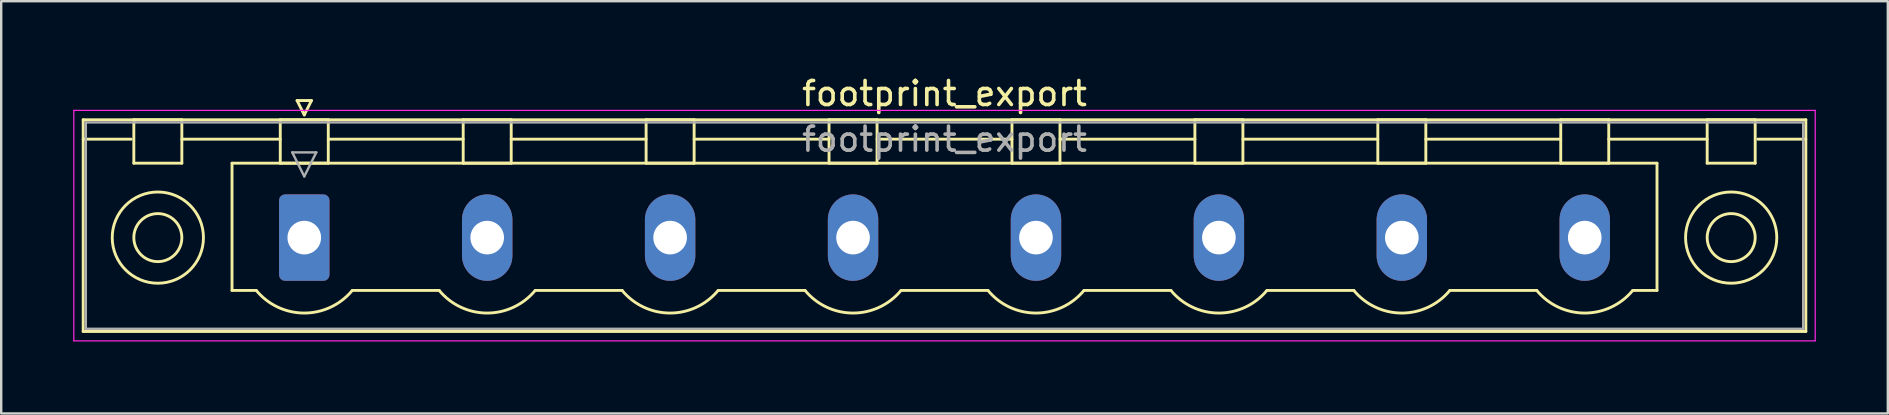
<source format=kicad_pcb>
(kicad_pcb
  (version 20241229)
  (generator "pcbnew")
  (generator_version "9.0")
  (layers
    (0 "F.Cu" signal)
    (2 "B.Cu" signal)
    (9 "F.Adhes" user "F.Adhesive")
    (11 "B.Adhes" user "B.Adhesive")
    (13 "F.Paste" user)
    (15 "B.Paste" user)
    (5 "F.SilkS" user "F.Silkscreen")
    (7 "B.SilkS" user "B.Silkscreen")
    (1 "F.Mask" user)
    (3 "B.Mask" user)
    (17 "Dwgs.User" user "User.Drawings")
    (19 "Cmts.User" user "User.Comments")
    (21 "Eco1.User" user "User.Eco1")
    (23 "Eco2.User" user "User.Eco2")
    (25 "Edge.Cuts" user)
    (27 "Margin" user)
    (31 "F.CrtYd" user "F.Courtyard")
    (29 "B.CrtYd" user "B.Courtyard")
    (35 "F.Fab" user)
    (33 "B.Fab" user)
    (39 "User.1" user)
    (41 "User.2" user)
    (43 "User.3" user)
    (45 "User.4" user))
  (footprint "footprint_export"
    (layer "F.Cu")
    (at 9.625 6.848)
    (property "Reference" "footprint_export" (at 26.67 -6 0) (layer "F.SilkS") (effects (font (size 1 1) (thickness 0.15))))
    (attr through_hole)
    (fp_line (start -9.21 -4.91) (end -9.21 3.91) (stroke (width 0.12) (type solid)) (layer "F.SilkS"))
    (fp_line (start -9.21 -4.1) (end -7.21 -4.1) (stroke (width 0.12) (type solid)) (layer "F.SilkS"))
    (fp_line (start -9.21 3.91) (end 62.55 3.91) (stroke (width 0.12) (type solid)) (layer "F.SilkS"))
    (fp_line (start -7.1 -4.91) (end -5.1 -4.91) (stroke (width 0.12) (type solid)) (layer "F.SilkS"))
    (fp_line (start -7.1 -3.1) (end -7.1 -4.91) (stroke (width 0.12) (type solid)) (layer "F.SilkS"))
    (fp_line (start -5.1 -4.91) (end -5.1 -3.1) (stroke (width 0.12) (type solid)) (layer "F.SilkS"))
    (fp_line (start -5.1 -4.1) (end -1 -4.1) (stroke (width 0.12) (type solid)) (layer "F.SilkS"))
    (fp_line (start -5.1 -3.1) (end -7.1 -3.1) (stroke (width 0.12) (type solid)) (layer "F.SilkS"))
    (fp_line (start -3.01 -3.1) (end 56.35 -3.1) (stroke (width 0.12) (type solid)) (layer "F.SilkS"))
    (fp_line (start -3.01 2.2) (end -3.01 -3.1) (stroke (width 0.12) (type solid)) (layer "F.SilkS"))
    (fp_line (start -2 2.2) (end -3.01 2.2) (stroke (width 0.12) (type solid)) (layer "F.SilkS"))
    (fp_line (start -1 -4.91) (end 1 -4.91) (stroke (width 0.12) (type solid)) (layer "F.SilkS"))
    (fp_line (start -1 -3.1) (end -1 -4.91) (stroke (width 0.12) (type solid)) (layer "F.SilkS"))
    (fp_line (start -0.3 -5.71) (end 0.3 -5.71) (stroke (width 0.12) (type solid)) (layer "F.SilkS"))
    (fp_line (start 0 -5.11) (end -0.3 -5.71) (stroke (width 0.12) (type solid)) (layer "F.SilkS"))
    (fp_line (start 0.3 -5.71) (end 0 -5.11) (stroke (width 0.12) (type solid)) (layer "F.SilkS"))
    (fp_line (start 1 -4.91) (end 1 -3.1) (stroke (width 0.12) (type solid)) (layer "F.SilkS"))
    (fp_line (start 1 -4.1) (end 6.62 -4.1) (stroke (width 0.12) (type solid)) (layer "F.SilkS"))
    (fp_line (start 1 -3.1) (end -1 -3.1) (stroke (width 0.12) (type solid)) (layer "F.SilkS"))
    (fp_line (start 2 2.2) (end 5.62 2.2) (stroke (width 0.12) (type solid)) (layer "F.SilkS"))
    (fp_line (start 6.62 -4.91) (end 8.62 -4.91) (stroke (width 0.12) (type solid)) (layer "F.SilkS"))
    (fp_line (start 6.62 -3.1) (end 6.62 -4.91) (stroke (width 0.12) (type solid)) (layer "F.SilkS"))
    (fp_line (start 8.62 -4.91) (end 8.62 -3.1) (stroke (width 0.12) (type solid)) (layer "F.SilkS"))
    (fp_line (start 8.62 -4.1) (end 14.24 -4.1) (stroke (width 0.12) (type solid)) (layer "F.SilkS"))
    (fp_line (start 8.62 -3.1) (end 6.62 -3.1) (stroke (width 0.12) (type solid)) (layer "F.SilkS"))
    (fp_line (start 9.62 2.2) (end 13.24 2.2) (stroke (width 0.12) (type solid)) (layer "F.SilkS"))
    (fp_line (start 14.24 -4.91) (end 16.24 -4.91) (stroke (width 0.12) (type solid)) (layer "F.SilkS"))
    (fp_line (start 14.24 -3.1) (end 14.24 -4.91) (stroke (width 0.12) (type solid)) (layer "F.SilkS"))
    (fp_line (start 16.24 -4.91) (end 16.24 -3.1) (stroke (width 0.12) (type solid)) (layer "F.SilkS"))
    (fp_line (start 16.24 -4.1) (end 21.86 -4.1) (stroke (width 0.12) (type solid)) (layer "F.SilkS"))
    (fp_line (start 16.24 -3.1) (end 14.24 -3.1) (stroke (width 0.12) (type solid)) (layer "F.SilkS"))
    (fp_line (start 17.24 2.2) (end 20.86 2.2) (stroke (width 0.12) (type solid)) (layer "F.SilkS"))
    (fp_line (start 21.86 -4.91) (end 23.86 -4.91) (stroke (width 0.12) (type solid)) (layer "F.SilkS"))
    (fp_line (start 21.86 -3.1) (end 21.86 -4.91) (stroke (width 0.12) (type solid)) (layer "F.SilkS"))
    (fp_line (start 23.86 -4.91) (end 23.86 -3.1) (stroke (width 0.12) (type solid)) (layer "F.SilkS"))
    (fp_line (start 23.86 -4.1) (end 29.48 -4.1) (stroke (width 0.12) (type solid)) (layer "F.SilkS"))
    (fp_line (start 23.86 -3.1) (end 21.86 -3.1) (stroke (width 0.12) (type solid)) (layer "F.SilkS"))
    (fp_line (start 24.86 2.2) (end 28.48 2.2) (stroke (width 0.12) (type solid)) (layer "F.SilkS"))
    (fp_line (start 29.48 -4.91) (end 31.48 -4.91) (stroke (width 0.12) (type solid)) (layer "F.SilkS"))
    (fp_line (start 29.48 -3.1) (end 29.48 -4.91) (stroke (width 0.12) (type solid)) (layer "F.SilkS"))
    (fp_line (start 31.48 -4.91) (end 31.48 -3.1) (stroke (width 0.12) (type solid)) (layer "F.SilkS"))
    (fp_line (start 31.48 -4.1) (end 37.1 -4.1) (stroke (width 0.12) (type solid)) (layer "F.SilkS"))
    (fp_line (start 31.48 -3.1) (end 29.48 -3.1) (stroke (width 0.12) (type solid)) (layer "F.SilkS"))
    (fp_line (start 32.48 2.2) (end 36.1 2.2) (stroke (width 0.12) (type solid)) (layer "F.SilkS"))
    (fp_line (start 37.1 -4.91) (end 39.1 -4.91) (stroke (width 0.12) (type solid)) (layer "F.SilkS"))
    (fp_line (start 37.1 -3.1) (end 37.1 -4.91) (stroke (width 0.12) (type solid)) (layer "F.SilkS"))
    (fp_line (start 39.1 -4.91) (end 39.1 -3.1) (stroke (width 0.12) (type solid)) (layer "F.SilkS"))
    (fp_line (start 39.1 -4.1) (end 44.72 -4.1) (stroke (width 0.12) (type solid)) (layer "F.SilkS"))
    (fp_line (start 39.1 -3.1) (end 37.1 -3.1) (stroke (width 0.12) (type solid)) (layer "F.SilkS"))
    (fp_line (start 40.1 2.2) (end 43.72 2.2) (stroke (width 0.12) (type solid)) (layer "F.SilkS"))
    (fp_line (start 44.72 -4.91) (end 46.72 -4.91) (stroke (width 0.12) (type solid)) (layer "F.SilkS"))
    (fp_line (start 44.72 -3.1) (end 44.72 -4.91) (stroke (width 0.12) (type solid)) (layer "F.SilkS"))
    (fp_line (start 46.72 -4.91) (end 46.72 -3.1) (stroke (width 0.12) (type solid)) (layer "F.SilkS"))
    (fp_line (start 46.72 -4.1) (end 52.34 -4.1) (stroke (width 0.12) (type solid)) (layer "F.SilkS"))
    (fp_line (start 46.72 -3.1) (end 44.72 -3.1) (stroke (width 0.12) (type solid)) (layer "F.SilkS"))
    (fp_line (start 47.72 2.2) (end 51.34 2.2) (stroke (width 0.12) (type solid)) (layer "F.SilkS"))
    (fp_line (start 52.34 -4.91) (end 54.34 -4.91) (stroke (width 0.12) (type solid)) (layer "F.SilkS"))
    (fp_line (start 52.34 -3.1) (end 52.34 -4.91) (stroke (width 0.12) (type solid)) (layer "F.SilkS"))
    (fp_line (start 54.34 -4.91) (end 54.34 -3.1) (stroke (width 0.12) (type solid)) (layer "F.SilkS"))
    (fp_line (start 54.34 -4.1) (end 58.44 -4.1) (stroke (width 0.12) (type solid)) (layer "F.SilkS"))
    (fp_line (start 54.34 -3.1) (end 52.34 -3.1) (stroke (width 0.12) (type solid)) (layer "F.SilkS"))
    (fp_line (start 56.35 -3.1) (end 56.35 2.2) (stroke (width 0.12) (type solid)) (layer "F.SilkS"))
    (fp_line (start 56.35 2.2) (end 55.34 2.2) (stroke (width 0.12) (type solid)) (layer "F.SilkS"))
    (fp_line (start 58.44 -4.91) (end 60.44 -4.91) (stroke (width 0.12) (type solid)) (layer "F.SilkS"))
    (fp_line (start 58.44 -3.1) (end 58.44 -4.91) (stroke (width 0.12) (type solid)) (layer "F.SilkS"))
    (fp_line (start 60.44 -4.91) (end 60.44 -3.1) (stroke (width 0.12) (type solid)) (layer "F.SilkS"))
    (fp_line (start 60.44 -3.1) (end 58.44 -3.1) (stroke (width 0.12) (type solid)) (layer "F.SilkS"))
    (fp_line (start 62.55 -4.91) (end -9.21 -4.91) (stroke (width 0.12) (type solid)) (layer "F.SilkS"))
    (fp_line (start 62.55 -4.1) (end 60.55 -4.1) (stroke (width 0.12) (type solid)) (layer "F.SilkS"))
    (fp_line (start 62.55 3.91) (end 62.55 -4.91) (stroke (width 0.12) (type solid)) (layer "F.SilkS"))
    (fp_arc (start 1.986842 2.215821) (mid -0.010289 3.142758) (end -2 2.2) (stroke (width 0.12) (type solid)) (layer "F.SilkS"))
    (fp_arc (start 9.606842 2.215821) (mid 7.609711 3.142758) (end 5.62 2.2) (stroke (width 0.12) (type solid)) (layer "F.SilkS"))
    (fp_arc (start 17.226842 2.215821) (mid 15.229711 3.142758) (end 13.24 2.2) (stroke (width 0.12) (type solid)) (layer "F.SilkS"))
    (fp_arc (start 24.846842 2.215821) (mid 22.849711 3.142758) (end 20.86 2.2) (stroke (width 0.12) (type solid)) (layer "F.SilkS"))
    (fp_arc (start 32.466842 2.215821) (mid 30.469711 3.142758) (end 28.48 2.2) (stroke (width 0.12) (type solid)) (layer "F.SilkS"))
    (fp_arc (start 40.086842 2.215821) (mid 38.089711 3.142758) (end 36.1 2.2) (stroke (width 0.12) (type solid)) (layer "F.SilkS"))
    (fp_arc (start 47.706842 2.215821) (mid 45.709711 3.142758) (end 43.72 2.2) (stroke (width 0.12) (type solid)) (layer "F.SilkS"))
    (fp_arc (start 55.326842 2.215821) (mid 53.329711 3.142758) (end 51.34 2.2) (stroke (width 0.12) (type solid)) (layer "F.SilkS"))
    (fp_circle (center -6.1 0) (end -5.1 0) (stroke (width 0.12) (type solid)) (fill no) (layer "F.SilkS"))
    (fp_circle (center -6.1 0) (end -4.2 0) (stroke (width 0.12) (type solid)) (fill no) (layer "F.SilkS"))
    (fp_circle (center 59.44 0) (end 60.44 0) (stroke (width 0.12) (type solid)) (fill no) (layer "F.SilkS"))
    (fp_circle (center 59.44 0) (end 61.34 0) (stroke (width 0.12) (type solid)) (fill no) (layer "F.SilkS"))
    (fp_line (start -9.6 -5.3) (end -9.6 4.3) (stroke (width 0.05) (type solid)) (layer "F.CrtYd"))
    (fp_line (start -9.6 4.3) (end 62.94 4.3) (stroke (width 0.05) (type solid)) (layer "F.CrtYd"))
    (fp_line (start 62.94 -5.3) (end -9.6 -5.3) (stroke (width 0.05) (type solid)) (layer "F.CrtYd"))
    (fp_line (start 62.94 4.3) (end 62.94 -5.3) (stroke (width 0.05) (type solid)) (layer "F.CrtYd"))
    (fp_line (start -9.1 -4.8) (end -9.1 3.8) (stroke (width 0.1) (type solid)) (layer "F.Fab"))
    (fp_line (start -9.1 3.8) (end 62.44 3.8) (stroke (width 0.1) (type solid)) (layer "F.Fab"))
    (fp_line (start -0.5 -3.55) (end 0.5 -3.55) (stroke (width 0.1) (type solid)) (layer "F.Fab"))
    (fp_line (start 0 -2.55) (end -0.5 -3.55) (stroke (width 0.1) (type solid)) (layer "F.Fab"))
    (fp_line (start 0.5 -3.55) (end 0 -2.55) (stroke (width 0.1) (type solid)) (layer "F.Fab"))
    (fp_line (start 62.44 -4.8) (end -9.1 -4.8) (stroke (width 0.1) (type solid)) (layer "F.Fab"))
    (fp_line (start 62.44 3.8) (end 62.44 -4.8) (stroke (width 0.1) (type solid)) (layer "F.Fab"))
    (fp_text user "${REFERENCE}" (at 26.67 -4.1 0) (layer "F.Fab") (effects (font (size 1 1) (thickness 0.15))))
    (pad "1" thru_hole roundrect (at 0 0) (size 2.1 3.6) (drill 1.4) (layers "*.Cu" "*.Mask") (roundrect_rratio 0.119))
    (pad "2" thru_hole oval (at 7.62 0) (size 2.1 3.6) (drill 1.4) (layers "*.Cu" "*.Mask"))
    (pad "3" thru_hole oval (at 15.24 0) (size 2.1 3.6) (drill 1.4) (layers "*.Cu" "*.Mask"))
    (pad "4" thru_hole oval (at 22.86 0) (size 2.1 3.6) (drill 1.4) (layers "*.Cu" "*.Mask"))
    (pad "5" thru_hole oval (at 30.48 0) (size 2.1 3.6) (drill 1.4) (layers "*.Cu" "*.Mask"))
    (pad "6" thru_hole oval (at 38.1 0) (size 2.1 3.6) (drill 1.4) (layers "*.Cu" "*.Mask"))
    (pad "7" thru_hole oval (at 45.72 0) (size 2.1 3.6) (drill 1.4) (layers "*.Cu" "*.Mask"))
    (pad "8" thru_hole oval (at 53.34 0) (size 2.1 3.6) (drill 1.4) (layers "*.Cu" "*.Mask")))
  (gr_rect
    (start -3 -3)
    (end 75.59 14.173)
    (stroke (width 0.1) (type default))
    (fill no)
    (layer "Edge.Cuts")))
</source>
